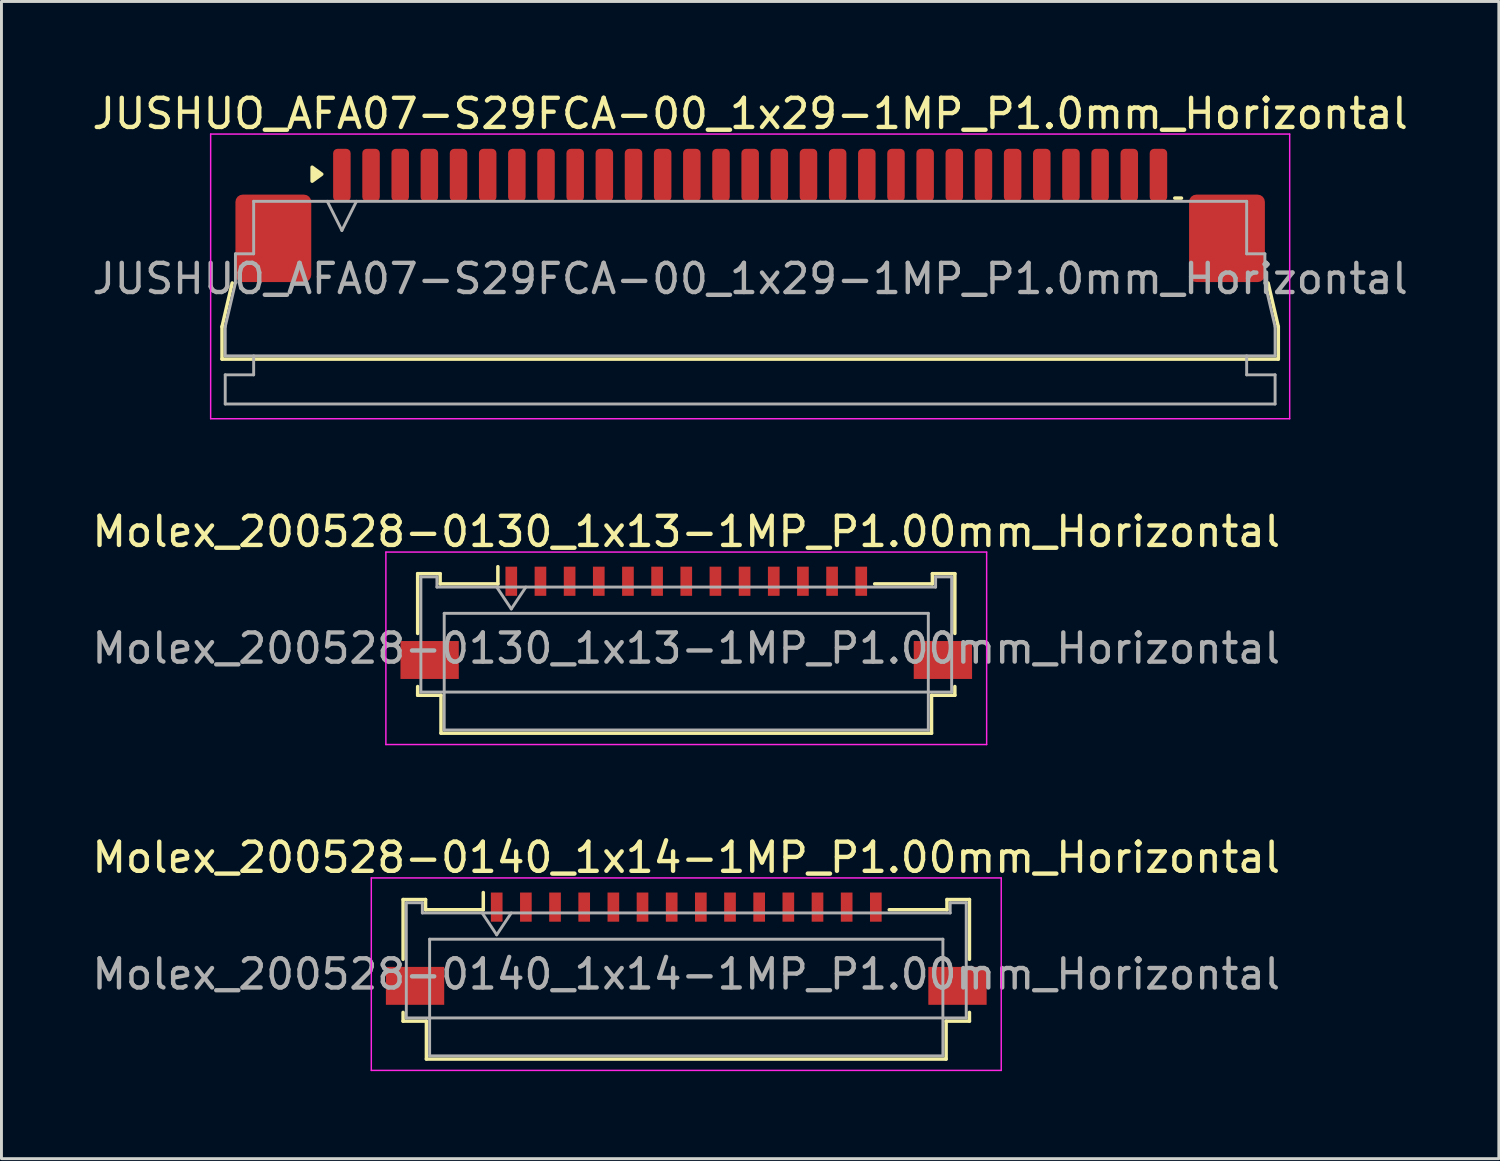
<source format=kicad_pcb>
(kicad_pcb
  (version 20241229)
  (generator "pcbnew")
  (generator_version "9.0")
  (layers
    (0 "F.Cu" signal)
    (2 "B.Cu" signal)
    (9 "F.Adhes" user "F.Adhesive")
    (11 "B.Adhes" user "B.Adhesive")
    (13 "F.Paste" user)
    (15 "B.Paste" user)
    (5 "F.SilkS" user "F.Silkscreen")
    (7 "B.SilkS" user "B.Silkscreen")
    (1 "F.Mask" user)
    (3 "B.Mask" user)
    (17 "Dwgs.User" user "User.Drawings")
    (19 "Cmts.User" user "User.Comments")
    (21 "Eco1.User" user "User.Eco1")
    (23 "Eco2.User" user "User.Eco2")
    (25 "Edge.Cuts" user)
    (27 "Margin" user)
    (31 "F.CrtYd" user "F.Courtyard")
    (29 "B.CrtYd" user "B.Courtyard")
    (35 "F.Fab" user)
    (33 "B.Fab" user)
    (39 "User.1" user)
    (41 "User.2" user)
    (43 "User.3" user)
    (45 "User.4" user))
  (footprint "Molex_200528-0130_1x13-1MP_P1.00mm_Horizontal"
    (layer "F.Cu")
    (at 20.482 17.791)
    (property "Reference" "Molex_200528-0130_1x13-1MP_P1.00mm_Horizontal" (at 0 -2.61 0) (layer "F.SilkS") (effects (font (size 1 1) (thickness 0.15))))
    (attr smd)
    (fp_line (start -9.21 -1.17) (end -9.21 0.88) (stroke (width 0.12) (type solid)) (layer "F.SilkS"))
    (fp_line (start -9.21 2.7) (end -9.21 3) (stroke (width 0.12) (type solid)) (layer "F.SilkS"))
    (fp_line (start -9.21 3) (end -8.41 3) (stroke (width 0.12) (type solid)) (layer "F.SilkS"))
    (fp_line (start -8.44 -1.17) (end -9.21 -1.17) (stroke (width 0.12) (type solid)) (layer "F.SilkS"))
    (fp_line (start -8.44 -0.82) (end -8.44 -1.17) (stroke (width 0.12) (type solid)) (layer "F.SilkS"))
    (fp_line (start -8.41 3) (end -8.41 4.3) (stroke (width 0.12) (type solid)) (layer "F.SilkS"))
    (fp_line (start -8.41 4.3) (end 8.41 4.3) (stroke (width 0.12) (type solid)) (layer "F.SilkS"))
    (fp_line (start -6.46 -1.41) (end -6.46 -0.82) (stroke (width 0.12) (type solid)) (layer "F.SilkS"))
    (fp_line (start -6.46 -0.82) (end -8.44 -0.82) (stroke (width 0.12) (type solid)) (layer "F.SilkS"))
    (fp_line (start 8.41 3) (end 9.21 3) (stroke (width 0.12) (type solid)) (layer "F.SilkS"))
    (fp_line (start 8.41 4.3) (end 8.41 3) (stroke (width 0.12) (type solid)) (layer "F.SilkS"))
    (fp_line (start 8.44 -1.17) (end 8.44 -0.82) (stroke (width 0.12) (type solid)) (layer "F.SilkS"))
    (fp_line (start 8.44 -0.82) (end 6.46 -0.82) (stroke (width 0.12) (type solid)) (layer "F.SilkS"))
    (fp_line (start 9.21 -1.17) (end 8.44 -1.17) (stroke (width 0.12) (type solid)) (layer "F.SilkS"))
    (fp_line (start 9.21 0.88) (end 9.21 -1.17) (stroke (width 0.12) (type solid)) (layer "F.SilkS"))
    (fp_line (start 9.21 3) (end 9.21 2.7) (stroke (width 0.12) (type solid)) (layer "F.SilkS"))
    (fp_line (start -10.3 -1.91) (end -10.3 4.69) (stroke (width 0.05) (type solid)) (layer "F.CrtYd"))
    (fp_line (start -10.3 4.69) (end 10.3 4.69) (stroke (width 0.05) (type solid)) (layer "F.CrtYd"))
    (fp_line (start 10.3 -1.91) (end -10.3 -1.91) (stroke (width 0.05) (type solid)) (layer "F.CrtYd"))
    (fp_line (start 10.3 4.69) (end 10.3 -1.91) (stroke (width 0.05) (type solid)) (layer "F.CrtYd"))
    (fp_line (start -9.1 -1.06) (end -9.1 2.89) (stroke (width 0.1) (type solid)) (layer "F.Fab"))
    (fp_line (start -9.1 2.89) (end 9.1 2.89) (stroke (width 0.1) (type solid)) (layer "F.Fab"))
    (fp_line (start -8.55 -1.06) (end -9.1 -1.06) (stroke (width 0.1) (type solid)) (layer "F.Fab"))
    (fp_line (start -8.55 -0.71) (end -8.55 -1.06) (stroke (width 0.1) (type solid)) (layer "F.Fab"))
    (fp_line (start -8.3 0.19) (end -8.3 4.19) (stroke (width 0.1) (type solid)) (layer "F.Fab"))
    (fp_line (start -8.3 4.19) (end 8.3 4.19) (stroke (width 0.1) (type solid)) (layer "F.Fab"))
    (fp_line (start -6.5 -0.71) (end -6 0.04) (stroke (width 0.1) (type solid)) (layer "F.Fab"))
    (fp_line (start -6 0.04) (end -5.5 -0.71) (stroke (width 0.1) (type solid)) (layer "F.Fab"))
    (fp_line (start 8.3 0.19) (end -8.3 0.19) (stroke (width 0.1) (type solid)) (layer "F.Fab"))
    (fp_line (start 8.3 4.19) (end 8.3 0.19) (stroke (width 0.1) (type solid)) (layer "F.Fab"))
    (fp_line (start 8.55 -1.06) (end 8.55 -0.71) (stroke (width 0.1) (type solid)) (layer "F.Fab"))
    (fp_line (start 8.55 -0.71) (end -8.55 -0.71) (stroke (width 0.1) (type solid)) (layer "F.Fab"))
    (fp_line (start 9.1 -1.06) (end 8.55 -1.06) (stroke (width 0.1) (type solid)) (layer "F.Fab"))
    (fp_line (start 9.1 2.89) (end 9.1 -1.06) (stroke (width 0.1) (type solid)) (layer "F.Fab"))
    (fp_text user "${REFERENCE}" (at 0 1.39 0) (layer "F.Fab") (effects (font (size 1 1) (thickness 0.15))))
    (pad "1" smd rect (at -6 -0.91) (size 0.4 1) (layers "F.Cu" "F.Mask" "F.Paste"))
    (pad "2" smd rect (at -5 -0.91) (size 0.4 1) (layers "F.Cu" "F.Mask" "F.Paste"))
    (pad "3" smd rect (at -4 -0.91) (size 0.4 1) (layers "F.Cu" "F.Mask" "F.Paste"))
    (pad "4" smd rect (at -3 -0.91) (size 0.4 1) (layers "F.Cu" "F.Mask" "F.Paste"))
    (pad "5" smd rect (at -2 -0.91) (size 0.4 1) (layers "F.Cu" "F.Mask" "F.Paste"))
    (pad "6" smd rect (at -1 -0.91) (size 0.4 1) (layers "F.Cu" "F.Mask" "F.Paste"))
    (pad "7" smd rect (at 0 -0.91) (size 0.4 1) (layers "F.Cu" "F.Mask" "F.Paste"))
    (pad "8" smd rect (at 1 -0.91) (size 0.4 1) (layers "F.Cu" "F.Mask" "F.Paste"))
    (pad "9" smd rect (at 2 -0.91) (size 0.4 1) (layers "F.Cu" "F.Mask" "F.Paste"))
    (pad "10" smd rect (at 3 -0.91) (size 0.4 1) (layers "F.Cu" "F.Mask" "F.Paste"))
    (pad "11" smd rect (at 4 -0.91) (size 0.4 1) (layers "F.Cu" "F.Mask" "F.Paste"))
    (pad "12" smd rect (at 5 -0.91) (size 0.4 1) (layers "F.Cu" "F.Mask" "F.Paste"))
    (pad "13" smd rect (at 6 -0.91) (size 0.4 1) (layers "F.Cu" "F.Mask" "F.Paste"))
    (pad "MP" smd rect (at -8.8 1.79) (size 2 1.3) (layers "F.Cu" "F.Mask" "F.Paste"))
    (pad "MP" smd rect (at 8.8 1.79) (size 2 1.3) (layers "F.Cu" "F.Mask" "F.Paste")))
  (footprint "JUSHUO_AFA07-S29FCA-00_1x29-1MP_P1.0mm_Horizontal"
    (layer "F.Cu")
    (at 22.673 6.328)
    (property "Reference" "JUSHUO_AFA07-S29FCA-00_1x29-1MP_P1.0mm_Horizontal" (at 0 -5.48 0) (layer "F.SilkS") (effects (font (size 1 1) (thickness 0.15))))
    (attr smd)
    (fp_line (start -18.11 1.825) (end -17.76 0.325) (stroke (width 0.12) (type solid)) (layer "F.SilkS"))
    (fp_line (start -18.11 2.935) (end -18.11 1.825) (stroke (width 0.12) (type solid)) (layer "F.SilkS"))
    (fp_line (start 14.56 -2.585) (end 14.79 -2.585) (stroke (width 0.12) (type solid)) (layer "F.SilkS"))
    (fp_line (start 17.76 0.325) (end 18.11 1.825) (stroke (width 0.12) (type solid)) (layer "F.SilkS"))
    (fp_line (start 18.11 1.825) (end 18.11 2.935) (stroke (width 0.12) (type solid)) (layer "F.SilkS"))
    (fp_line (start 18.11 2.935) (end -18.11 2.935) (stroke (width 0.12) (type solid)) (layer "F.SilkS"))
    (fp_poly (pts (xy -14.69 -3.405) (xy -15.02 -3.165) (xy -15.02 -3.645)) (stroke (width 0.12) (type solid)) (fill yes) (layer "F.SilkS"))
    (fp_line (start -18.5 -4.78) (end -18.5 4.98) (stroke (width 0.05) (type solid)) (layer "F.CrtYd"))
    (fp_line (start -18.5 4.98) (end 18.5 4.98) (stroke (width 0.05) (type solid)) (layer "F.CrtYd"))
    (fp_line (start 18.5 -4.78) (end -18.5 -4.78) (stroke (width 0.05) (type solid)) (layer "F.CrtYd"))
    (fp_line (start 18.5 4.98) (end 18.5 -4.78) (stroke (width 0.05) (type solid)) (layer "F.CrtYd"))
    (fp_line (start -18 1.825) (end -17.65 0.325) (stroke (width 0.1) (type solid)) (layer "F.Fab"))
    (fp_line (start -18 2.825) (end -18 1.825) (stroke (width 0.1) (type solid)) (layer "F.Fab"))
    (fp_line (start -18 3.475) (end -17.025 3.475) (stroke (width 0.1) (type solid)) (layer "F.Fab"))
    (fp_line (start -18 4.475) (end -18 3.475) (stroke (width 0.1) (type solid)) (layer "F.Fab"))
    (fp_line (start -17.65 -0.675) (end -17.025 -0.675) (stroke (width 0.1) (type solid)) (layer "F.Fab"))
    (fp_line (start -17.65 0.325) (end -17.65 -0.675) (stroke (width 0.1) (type solid)) (layer "F.Fab"))
    (fp_line (start -17.025 -2.475) (end 17.025 -2.475) (stroke (width 0.1) (type solid)) (layer "F.Fab"))
    (fp_line (start -17.025 -0.675) (end -17.025 -2.475) (stroke (width 0.1) (type solid)) (layer "F.Fab"))
    (fp_line (start -17.025 3.475) (end -17.025 2.825) (stroke (width 0.1) (type solid)) (layer "F.Fab"))
    (fp_line (start -14.5 -2.475) (end -14 -1.475) (stroke (width 0.1) (type solid)) (layer "F.Fab"))
    (fp_line (start -14 -1.475) (end -13.5 -2.475) (stroke (width 0.1) (type solid)) (layer "F.Fab"))
    (fp_line (start 17.025 -2.475) (end 17.025 -0.675) (stroke (width 0.1) (type solid)) (layer "F.Fab"))
    (fp_line (start 17.025 -0.675) (end 17.65 -0.675) (stroke (width 0.1) (type solid)) (layer "F.Fab"))
    (fp_line (start 17.025 2.825) (end 17.025 3.475) (stroke (width 0.1) (type solid)) (layer "F.Fab"))
    (fp_line (start 17.025 3.475) (end 18 3.475) (stroke (width 0.1) (type solid)) (layer "F.Fab"))
    (fp_line (start 17.65 -0.675) (end 17.65 0.325) (stroke (width 0.1) (type solid)) (layer "F.Fab"))
    (fp_line (start 17.65 0.325) (end 18 1.825) (stroke (width 0.1) (type solid)) (layer "F.Fab"))
    (fp_line (start 18 1.825) (end 18 2.825) (stroke (width 0.1) (type solid)) (layer "F.Fab"))
    (fp_line (start 18 2.825) (end -18 2.825) (stroke (width 0.1) (type solid)) (layer "F.Fab"))
    (fp_line (start 18 3.475) (end 18 4.475) (stroke (width 0.1) (type solid)) (layer "F.Fab"))
    (fp_line (start 18 4.475) (end -18 4.475) (stroke (width 0.1) (type solid)) (layer "F.Fab"))
    (fp_text user "${REFERENCE}" (at 0 0.18 0) (layer "F.Fab") (effects (font (size 1 1) (thickness 0.15))))
    (pad "1" smd roundrect (at -14 -3.375) (size 0.6 1.8) (layers "F.Cu" "F.Mask" "F.Paste") (roundrect_rratio 0.25))
    (pad "2" smd roundrect (at -13 -3.375) (size 0.6 1.8) (layers "F.Cu" "F.Mask" "F.Paste") (roundrect_rratio 0.25))
    (pad "3" smd roundrect (at -12 -3.375) (size 0.6 1.8) (layers "F.Cu" "F.Mask" "F.Paste") (roundrect_rratio 0.25))
    (pad "4" smd roundrect (at -11 -3.375) (size 0.6 1.8) (layers "F.Cu" "F.Mask" "F.Paste") (roundrect_rratio 0.25))
    (pad "5" smd roundrect (at -10 -3.375) (size 0.6 1.8) (layers "F.Cu" "F.Mask" "F.Paste") (roundrect_rratio 0.25))
    (pad "6" smd roundrect (at -9 -3.375) (size 0.6 1.8) (layers "F.Cu" "F.Mask" "F.Paste") (roundrect_rratio 0.25))
    (pad "7" smd roundrect (at -8 -3.375) (size 0.6 1.8) (layers "F.Cu" "F.Mask" "F.Paste") (roundrect_rratio 0.25))
    (pad "8" smd roundrect (at -7 -3.375) (size 0.6 1.8) (layers "F.Cu" "F.Mask" "F.Paste") (roundrect_rratio 0.25))
    (pad "9" smd roundrect (at -6 -3.375) (size 0.6 1.8) (layers "F.Cu" "F.Mask" "F.Paste") (roundrect_rratio 0.25))
    (pad "10" smd roundrect (at -5 -3.375) (size 0.6 1.8) (layers "F.Cu" "F.Mask" "F.Paste") (roundrect_rratio 0.25))
    (pad "11" smd roundrect (at -4 -3.375) (size 0.6 1.8) (layers "F.Cu" "F.Mask" "F.Paste") (roundrect_rratio 0.25))
    (pad "12" smd roundrect (at -3 -3.375) (size 0.6 1.8) (layers "F.Cu" "F.Mask" "F.Paste") (roundrect_rratio 0.25))
    (pad "13" smd roundrect (at -2 -3.375) (size 0.6 1.8) (layers "F.Cu" "F.Mask" "F.Paste") (roundrect_rratio 0.25))
    (pad "14" smd roundrect (at -1 -3.375) (size 0.6 1.8) (layers "F.Cu" "F.Mask" "F.Paste") (roundrect_rratio 0.25))
    (pad "15" smd roundrect (at 0 -3.375) (size 0.6 1.8) (layers "F.Cu" "F.Mask" "F.Paste") (roundrect_rratio 0.25))
    (pad "16" smd roundrect (at 1 -3.375) (size 0.6 1.8) (layers "F.Cu" "F.Mask" "F.Paste") (roundrect_rratio 0.25))
    (pad "17" smd roundrect (at 2 -3.375) (size 0.6 1.8) (layers "F.Cu" "F.Mask" "F.Paste") (roundrect_rratio 0.25))
    (pad "18" smd roundrect (at 3 -3.375) (size 0.6 1.8) (layers "F.Cu" "F.Mask" "F.Paste") (roundrect_rratio 0.25))
    (pad "19" smd roundrect (at 4 -3.375) (size 0.6 1.8) (layers "F.Cu" "F.Mask" "F.Paste") (roundrect_rratio 0.25))
    (pad "20" smd roundrect (at 5 -3.375) (size 0.6 1.8) (layers "F.Cu" "F.Mask" "F.Paste") (roundrect_rratio 0.25))
    (pad "21" smd roundrect (at 6 -3.375) (size 0.6 1.8) (layers "F.Cu" "F.Mask" "F.Paste") (roundrect_rratio 0.25))
    (pad "22" smd roundrect (at 7 -3.375) (size 0.6 1.8) (layers "F.Cu" "F.Mask" "F.Paste") (roundrect_rratio 0.25))
    (pad "23" smd roundrect (at 8 -3.375) (size 0.6 1.8) (layers "F.Cu" "F.Mask" "F.Paste") (roundrect_rratio 0.25))
    (pad "24" smd roundrect (at 9 -3.375) (size 0.6 1.8) (layers "F.Cu" "F.Mask" "F.Paste") (roundrect_rratio 0.25))
    (pad "25" smd roundrect (at 10 -3.375) (size 0.6 1.8) (layers "F.Cu" "F.Mask" "F.Paste") (roundrect_rratio 0.25))
    (pad "26" smd roundrect (at 11 -3.375) (size 0.6 1.8) (layers "F.Cu" "F.Mask" "F.Paste") (roundrect_rratio 0.25))
    (pad "27" smd roundrect (at 12 -3.375) (size 0.6 1.8) (layers "F.Cu" "F.Mask" "F.Paste") (roundrect_rratio 0.25))
    (pad "28" smd roundrect (at 13 -3.375) (size 0.6 1.8) (layers "F.Cu" "F.Mask" "F.Paste") (roundrect_rratio 0.25))
    (pad "29" smd roundrect (at 14 -3.375) (size 0.6 1.8) (layers "F.Cu" "F.Mask" "F.Paste") (roundrect_rratio 0.25))
    (pad "MP" smd roundrect (at -16.35 -1.205) (size 2.6 3) (layers "F.Cu" "F.Mask" "F.Paste") (roundrect_rratio 0.096))
    (pad "MP" smd roundrect (at 16.35 -1.205) (size 2.6 3) (layers "F.Cu" "F.Mask" "F.Paste") (roundrect_rratio 0.096)))
  (footprint "Molex_200528-0140_1x14-1MP_P1.00mm_Horizontal"
    (layer "F.Cu")
    (at 20.482 28.965)
    (property "Reference" "Molex_200528-0140_1x14-1MP_P1.00mm_Horizontal" (at 0 -2.61 0) (layer "F.SilkS") (effects (font (size 1 1) (thickness 0.15))))
    (attr smd)
    (fp_line (start -9.71 -1.17) (end -9.71 0.88) (stroke (width 0.12) (type solid)) (layer "F.SilkS"))
    (fp_line (start -9.71 2.7) (end -9.71 3) (stroke (width 0.12) (type solid)) (layer "F.SilkS"))
    (fp_line (start -9.71 3) (end -8.91 3) (stroke (width 0.12) (type solid)) (layer "F.SilkS"))
    (fp_line (start -8.94 -1.17) (end -9.71 -1.17) (stroke (width 0.12) (type solid)) (layer "F.SilkS"))
    (fp_line (start -8.94 -0.82) (end -8.94 -1.17) (stroke (width 0.12) (type solid)) (layer "F.SilkS"))
    (fp_line (start -8.91 3) (end -8.91 4.3) (stroke (width 0.12) (type solid)) (layer "F.SilkS"))
    (fp_line (start -8.91 4.3) (end 8.91 4.3) (stroke (width 0.12) (type solid)) (layer "F.SilkS"))
    (fp_line (start -6.96 -1.41) (end -6.96 -0.82) (stroke (width 0.12) (type solid)) (layer "F.SilkS"))
    (fp_line (start -6.96 -0.82) (end -8.94 -0.82) (stroke (width 0.12) (type solid)) (layer "F.SilkS"))
    (fp_line (start 8.91 3) (end 9.71 3) (stroke (width 0.12) (type solid)) (layer "F.SilkS"))
    (fp_line (start 8.91 4.3) (end 8.91 3) (stroke (width 0.12) (type solid)) (layer "F.SilkS"))
    (fp_line (start 8.94 -1.17) (end 8.94 -0.82) (stroke (width 0.12) (type solid)) (layer "F.SilkS"))
    (fp_line (start 8.94 -0.82) (end 6.96 -0.82) (stroke (width 0.12) (type solid)) (layer "F.SilkS"))
    (fp_line (start 9.71 -1.17) (end 8.94 -1.17) (stroke (width 0.12) (type solid)) (layer "F.SilkS"))
    (fp_line (start 9.71 0.88) (end 9.71 -1.17) (stroke (width 0.12) (type solid)) (layer "F.SilkS"))
    (fp_line (start 9.71 3) (end 9.71 2.7) (stroke (width 0.12) (type solid)) (layer "F.SilkS"))
    (fp_line (start -10.8 -1.91) (end -10.8 4.69) (stroke (width 0.05) (type solid)) (layer "F.CrtYd"))
    (fp_line (start -10.8 4.69) (end 10.8 4.69) (stroke (width 0.05) (type solid)) (layer "F.CrtYd"))
    (fp_line (start 10.8 -1.91) (end -10.8 -1.91) (stroke (width 0.05) (type solid)) (layer "F.CrtYd"))
    (fp_line (start 10.8 4.69) (end 10.8 -1.91) (stroke (width 0.05) (type solid)) (layer "F.CrtYd"))
    (fp_line (start -9.6 -1.06) (end -9.6 2.89) (stroke (width 0.1) (type solid)) (layer "F.Fab"))
    (fp_line (start -9.6 2.89) (end 9.6 2.89) (stroke (width 0.1) (type solid)) (layer "F.Fab"))
    (fp_line (start -9.05 -1.06) (end -9.6 -1.06) (stroke (width 0.1) (type solid)) (layer "F.Fab"))
    (fp_line (start -9.05 -0.71) (end -9.05 -1.06) (stroke (width 0.1) (type solid)) (layer "F.Fab"))
    (fp_line (start -8.8 0.19) (end -8.8 4.19) (stroke (width 0.1) (type solid)) (layer "F.Fab"))
    (fp_line (start -8.8 4.19) (end 8.8 4.19) (stroke (width 0.1) (type solid)) (layer "F.Fab"))
    (fp_line (start -7 -0.71) (end -6.5 0.04) (stroke (width 0.1) (type solid)) (layer "F.Fab"))
    (fp_line (start -6.5 0.04) (end -6 -0.71) (stroke (width 0.1) (type solid)) (layer "F.Fab"))
    (fp_line (start 8.8 0.19) (end -8.8 0.19) (stroke (width 0.1) (type solid)) (layer "F.Fab"))
    (fp_line (start 8.8 4.19) (end 8.8 0.19) (stroke (width 0.1) (type solid)) (layer "F.Fab"))
    (fp_line (start 9.05 -1.06) (end 9.05 -0.71) (stroke (width 0.1) (type solid)) (layer "F.Fab"))
    (fp_line (start 9.05 -0.71) (end -9.05 -0.71) (stroke (width 0.1) (type solid)) (layer "F.Fab"))
    (fp_line (start 9.6 -1.06) (end 9.05 -1.06) (stroke (width 0.1) (type solid)) (layer "F.Fab"))
    (fp_line (start 9.6 2.89) (end 9.6 -1.06) (stroke (width 0.1) (type solid)) (layer "F.Fab"))
    (fp_text user "${REFERENCE}" (at 0 1.39 0) (layer "F.Fab") (effects (font (size 1 1) (thickness 0.15))))
    (pad "1" smd rect (at -6.5 -0.91) (size 0.4 1) (layers "F.Cu" "F.Mask" "F.Paste"))
    (pad "2" smd rect (at -5.5 -0.91) (size 0.4 1) (layers "F.Cu" "F.Mask" "F.Paste"))
    (pad "3" smd rect (at -4.5 -0.91) (size 0.4 1) (layers "F.Cu" "F.Mask" "F.Paste"))
    (pad "4" smd rect (at -3.5 -0.91) (size 0.4 1) (layers "F.Cu" "F.Mask" "F.Paste"))
    (pad "5" smd rect (at -2.5 -0.91) (size 0.4 1) (layers "F.Cu" "F.Mask" "F.Paste"))
    (pad "6" smd rect (at -1.5 -0.91) (size 0.4 1) (layers "F.Cu" "F.Mask" "F.Paste"))
    (pad "7" smd rect (at -0.5 -0.91) (size 0.4 1) (layers "F.Cu" "F.Mask" "F.Paste"))
    (pad "8" smd rect (at 0.5 -0.91) (size 0.4 1) (layers "F.Cu" "F.Mask" "F.Paste"))
    (pad "9" smd rect (at 1.5 -0.91) (size 0.4 1) (layers "F.Cu" "F.Mask" "F.Paste"))
    (pad "10" smd rect (at 2.5 -0.91) (size 0.4 1) (layers "F.Cu" "F.Mask" "F.Paste"))
    (pad "11" smd rect (at 3.5 -0.91) (size 0.4 1) (layers "F.Cu" "F.Mask" "F.Paste"))
    (pad "12" smd rect (at 4.5 -0.91) (size 0.4 1) (layers "F.Cu" "F.Mask" "F.Paste"))
    (pad "13" smd rect (at 5.5 -0.91) (size 0.4 1) (layers "F.Cu" "F.Mask" "F.Paste"))
    (pad "14" smd rect (at 6.5 -0.91) (size 0.4 1) (layers "F.Cu" "F.Mask" "F.Paste"))
    (pad "MP" smd rect (at -9.3 1.79) (size 2 1.3) (layers "F.Cu" "F.Mask" "F.Paste"))
    (pad "MP" smd rect (at 9.3 1.79) (size 2 1.3) (layers "F.Cu" "F.Mask" "F.Paste")))
  (gr_rect
    (start -3 -3)
    (end 48.345 36.68)
    (stroke (width 0.1) (type default))
    (fill no)
    (layer "Edge.Cuts")))
</source>
